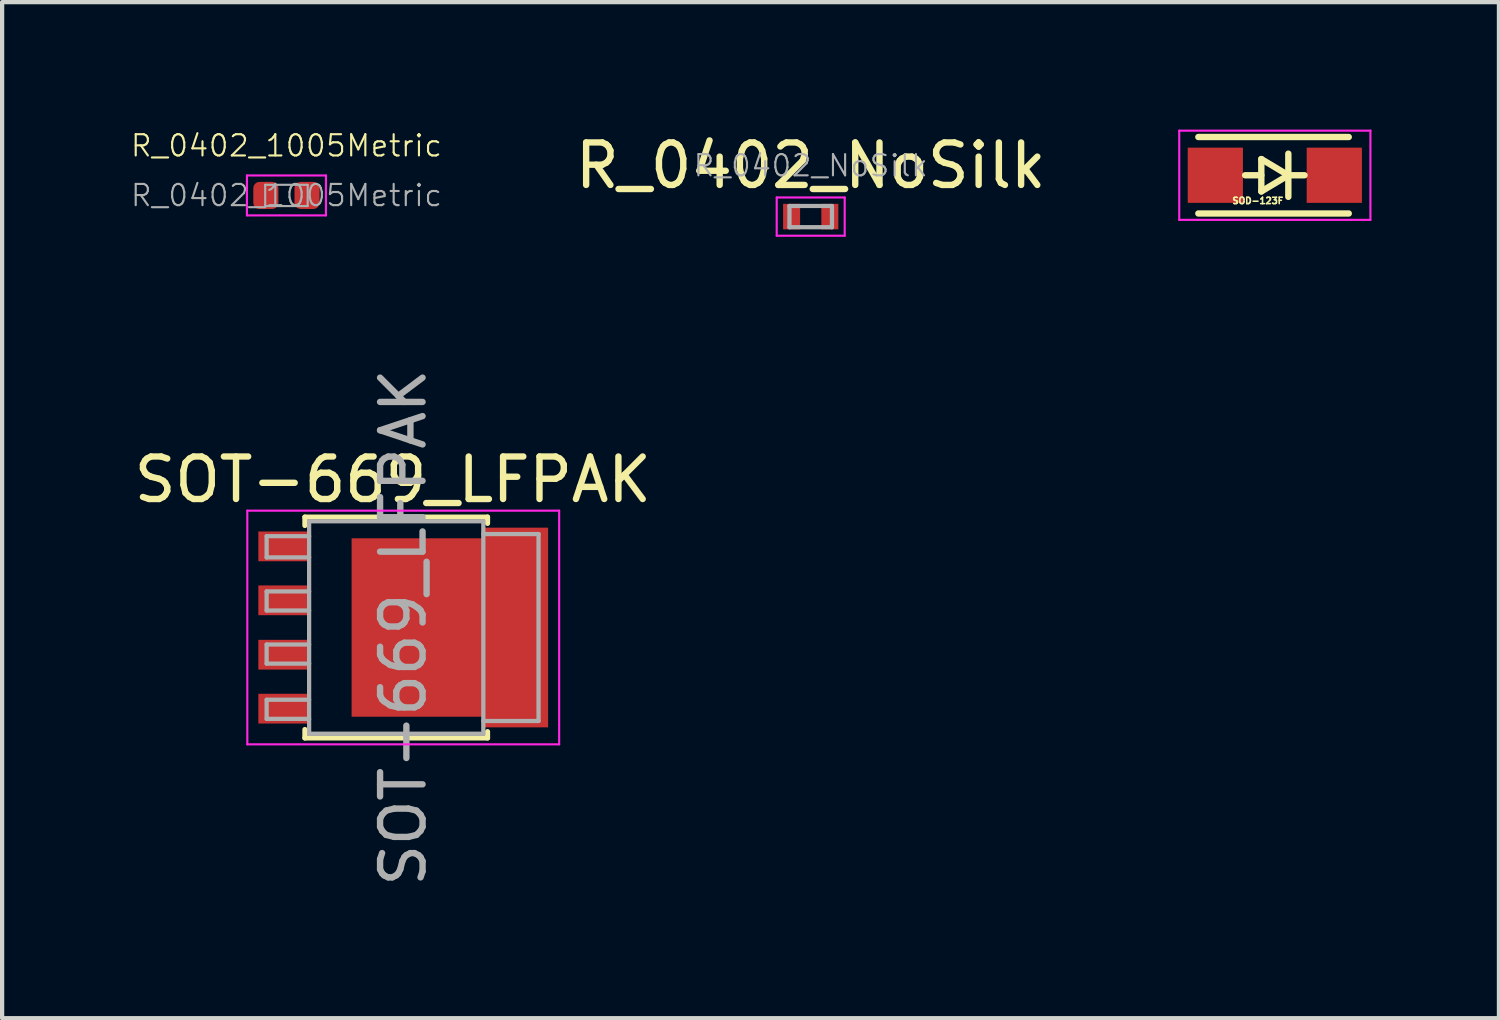
<source format=kicad_pcb>
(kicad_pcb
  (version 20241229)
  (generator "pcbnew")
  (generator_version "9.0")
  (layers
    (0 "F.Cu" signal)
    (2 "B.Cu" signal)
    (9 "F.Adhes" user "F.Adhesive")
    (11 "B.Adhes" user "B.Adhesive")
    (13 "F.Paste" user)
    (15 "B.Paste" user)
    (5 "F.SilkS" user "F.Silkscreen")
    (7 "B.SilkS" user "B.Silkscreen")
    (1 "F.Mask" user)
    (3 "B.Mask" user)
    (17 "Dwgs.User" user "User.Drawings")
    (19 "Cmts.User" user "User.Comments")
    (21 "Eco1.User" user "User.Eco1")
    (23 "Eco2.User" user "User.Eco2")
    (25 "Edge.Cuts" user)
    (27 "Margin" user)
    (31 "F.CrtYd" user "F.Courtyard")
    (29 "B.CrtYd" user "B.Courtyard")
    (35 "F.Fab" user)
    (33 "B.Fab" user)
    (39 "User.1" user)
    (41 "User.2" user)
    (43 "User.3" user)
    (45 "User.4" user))
  (footprint "R_0402_NoSilk"
    (layer "F.Cu")
    (at 16.032 2.048)
    (property "Reference" "R_0402_NoSilk" (at 0 -1.2 0) (layer "F.SilkS") (effects (font (size 1 1) (thickness 0.15))))
    (attr smd)
    (fp_line (start -0.8 -0.45) (end -0.8 0.45) (stroke (width 0.05) (type solid)) (layer "F.CrtYd"))
    (fp_line (start -0.8 -0.45) (end 0.8 -0.45) (stroke (width 0.05) (type solid)) (layer "F.CrtYd"))
    (fp_line (start 0.8 0.45) (end -0.8 0.45) (stroke (width 0.05) (type solid)) (layer "F.CrtYd"))
    (fp_line (start 0.8 0.45) (end 0.8 -0.45) (stroke (width 0.05) (type solid)) (layer "F.CrtYd"))
    (fp_line (start -0.5 -0.25) (end 0.5 -0.25) (stroke (width 0.1) (type solid)) (layer "F.Fab"))
    (fp_line (start -0.5 0.25) (end -0.5 -0.25) (stroke (width 0.1) (type solid)) (layer "F.Fab"))
    (fp_line (start 0.5 -0.25) (end 0.5 0.25) (stroke (width 0.1) (type solid)) (layer "F.Fab"))
    (fp_line (start 0.5 0.25) (end -0.5 0.25) (stroke (width 0.1) (type solid)) (layer "F.Fab"))
    (fp_text user "${REFERENCE}" (at 0 -1.2 0) (layer "F.Fab") (effects (font (size 0.5 0.5) (thickness 0.05))))
    (pad "1" smd rect (at -0.45 0) (size 0.4 0.6) (layers "F.Cu" "F.Mask" "F.Paste"))
    (pad "2" smd rect (at 0.45 0) (size 0.4 0.6) (layers "F.Cu" "F.Mask" "F.Paste")))
  (footprint "SOD-123F"
    (layer "F.Cu")
    (at 26.956 1.075)
    (property "Reference" "SOD-123F" (at -0.4 0.6 180) (layer "F.SilkS") (effects (font (size 0.15 0.15) (thickness 0.037))))
    (attr smd)
    (fp_line (start -1.8 -0.9) (end 1.74 -0.9) (stroke (width 0.15) (type solid)) (layer "F.SilkS"))
    (fp_line (start -1.8 0.9) (end 1.74 0.9) (stroke (width 0.15) (type solid)) (layer "F.SilkS"))
    (fp_line (start -0.318 -0.381) (end 0.318 0) (stroke (width 0.15) (type solid)) (layer "F.SilkS"))
    (fp_line (start -0.318 0) (end -0.699 0) (stroke (width 0.15) (type solid)) (layer "F.SilkS"))
    (fp_line (start -0.318 0.381) (end -0.318 -0.381) (stroke (width 0.15) (type solid)) (layer "F.SilkS"))
    (fp_line (start 0.318 0) (end -0.318 0.381) (stroke (width 0.15) (type solid)) (layer "F.SilkS"))
    (fp_line (start 0.318 0.508) (end 0.318 -0.508) (stroke (width 0.15) (type solid)) (layer "F.SilkS"))
    (fp_line (start 0.699 0) (end 0.318 0) (stroke (width 0.15) (type solid)) (layer "F.SilkS"))
    (fp_line (start -2.25 -1.05) (end -2.25 1.05) (stroke (width 0.05) (type solid)) (layer "F.CrtYd"))
    (fp_line (start -2.25 -1.05) (end 2.25 -1.05) (stroke (width 0.05) (type solid)) (layer "F.CrtYd"))
    (fp_line (start 2.25 -1.05) (end 2.25 1.05) (stroke (width 0.05) (type solid)) (layer "F.CrtYd"))
    (fp_line (start 2.25 1.05) (end -2.25 1.05) (stroke (width 0.05) (type solid)) (layer "F.CrtYd"))
    (pad "1" smd rect (at 1.4 0) (size 1.3 1.3) (layers "F.Cu" "F.Mask" "F.Paste"))
    (pad "2" smd rect (at -1.4 0) (size 1.3 1.3) (layers "F.Cu" "F.Mask" "F.Paste")))
  (footprint "SOT-669_LFPAK"
    (layer "F.Cu")
    (at 6.441 11.72)
    (property "Reference" "SOT-669_LFPAK" (at -0.245 -3.48 0) (layer "F.SilkS") (effects (font (size 1 1) (thickness 0.15))))
    (attr smd)
    (fp_line (start -2.315 -2.6) (end -2.315 -2.4) (stroke (width 0.12) (type solid)) (layer "F.SilkS"))
    (fp_line (start -2.315 2.4) (end -2.315 2.6) (stroke (width 0.12) (type solid)) (layer "F.SilkS"))
    (fp_line (start -2.315 2.6) (end 1.985 2.6) (stroke (width 0.12) (type solid)) (layer "F.SilkS"))
    (fp_line (start 1.985 -2.6) (end -2.315 -2.6) (stroke (width 0.12) (type solid)) (layer "F.SilkS"))
    (fp_line (start 1.985 -2.45) (end 1.985 -2.6) (stroke (width 0.12) (type solid)) (layer "F.SilkS"))
    (fp_line (start 1.985 2.6) (end 1.985 2.45) (stroke (width 0.12) (type solid)) (layer "F.SilkS"))
    (fp_line (start -3.67 2.75) (end -3.67 -2.75) (stroke (width 0.05) (type solid)) (layer "F.CrtYd"))
    (fp_line (start -3.67 2.75) (end 3.67 2.75) (stroke (width 0.05) (type solid)) (layer "F.CrtYd"))
    (fp_line (start 3.67 -2.75) (end -3.67 -2.75) (stroke (width 0.05) (type solid)) (layer "F.CrtYd"))
    (fp_line (start 3.67 -2.75) (end 3.67 2.75) (stroke (width 0.05) (type solid)) (layer "F.CrtYd"))
    (fp_line (start -3.215 -2.15) (end -3.215 -1.65) (stroke (width 0.1) (type solid)) (layer "F.Fab"))
    (fp_line (start -3.215 -2.15) (end -2.215 -2.15) (stroke (width 0.1) (type solid)) (layer "F.Fab"))
    (fp_line (start -3.215 -1.65) (end -2.215 -1.65) (stroke (width 0.1) (type solid)) (layer "F.Fab"))
    (fp_line (start -3.215 -0.85) (end -3.215 -0.4) (stroke (width 0.1) (type solid)) (layer "F.Fab"))
    (fp_line (start -3.215 -0.4) (end -2.215 -0.4) (stroke (width 0.1) (type solid)) (layer "F.Fab"))
    (fp_line (start -3.215 0.4) (end -3.215 0.85) (stroke (width 0.1) (type solid)) (layer "F.Fab"))
    (fp_line (start -3.215 0.85) (end -2.215 0.85) (stroke (width 0.1) (type solid)) (layer "F.Fab"))
    (fp_line (start -3.215 1.7) (end -3.215 2.15) (stroke (width 0.1) (type solid)) (layer "F.Fab"))
    (fp_line (start -3.215 2.15) (end -2.215 2.15) (stroke (width 0.1) (type solid)) (layer "F.Fab"))
    (fp_line (start -2.215 -2.5) (end -2.215 2.5) (stroke (width 0.1) (type solid)) (layer "F.Fab"))
    (fp_line (start -2.215 -0.85) (end -3.215 -0.85) (stroke (width 0.1) (type solid)) (layer "F.Fab"))
    (fp_line (start -2.215 0.4) (end -3.215 0.4) (stroke (width 0.1) (type solid)) (layer "F.Fab"))
    (fp_line (start -2.215 1.7) (end -3.215 1.7) (stroke (width 0.1) (type solid)) (layer "F.Fab"))
    (fp_line (start -2.215 2.5) (end 1.885 2.5) (stroke (width 0.1) (type solid)) (layer "F.Fab"))
    (fp_line (start 1.885 -2.5) (end -2.215 -2.5) (stroke (width 0.1) (type solid)) (layer "F.Fab"))
    (fp_line (start 1.885 2.5) (end 1.885 -2.5) (stroke (width 0.1) (type solid)) (layer "F.Fab"))
    (fp_line (start 3.185 -2.2) (end 1.885 -2.2) (stroke (width 0.1) (type solid)) (layer "F.Fab"))
    (fp_line (start 3.185 -2.2) (end 3.185 2.2) (stroke (width 0.1) (type solid)) (layer "F.Fab"))
    (fp_line (start 3.185 2.2) (end 1.885 2.2) (stroke (width 0.1) (type solid)) (layer "F.Fab"))
    (fp_text user "${REFERENCE}" (at 0 0 90) (layer "F.Fab") (effects (font (size 1 1) (thickness 0.15))))
    (pad "1" smd rect (at -2.835 -1.91 270) (size 0.7 1.15) (layers "F.Cu" "F.Mask" "F.Paste"))
    (pad "2" smd rect (at -2.835 -0.64 270) (size 0.7 1.15) (layers "F.Cu" "F.Mask" "F.Paste"))
    (pad "3" smd rect (at -2.835 0.64 270) (size 0.7 1.15) (layers "F.Cu" "F.Mask" "F.Paste"))
    (pad "4" smd rect (at -2.835 1.91 270) (size 0.7 1.15) (layers "F.Cu" "F.Mask" "F.Paste"))
    (pad "5" smd rect (at -0.665 -1.15) (size 0.6 0.9) (layers "F.Cu" "F.Mask" "F.Paste"))
    (pad "5" smd rect (at -0.665 0) (size 0.6 0.9) (layers "F.Cu" "F.Mask" "F.Paste"))
    (pad "5" smd rect (at -0.665 1.15) (size 0.6 0.9) (layers "F.Cu" "F.Mask" "F.Paste"))
    (pad "5" smd rect (at 0.185 -1.15) (size 0.6 0.9) (layers "F.Cu" "F.Mask" "F.Paste"))
    (pad "5" smd rect (at 0.185 0) (size 0.6 0.9) (layers "F.Cu" "F.Mask" "F.Paste"))
    (pad "5" smd rect (at 0.185 1.15) (size 0.6 0.9) (layers "F.Cu" "F.Mask" "F.Paste"))
    (pad "5" smd rect (at 0.435 0 270) (size 4.2 3.3) (layers "F.Cu" "F.Mask"))
    (pad "5" smd rect (at 1.035 -1.15) (size 0.6 0.9) (layers "F.Cu" "F.Mask" "F.Paste"))
    (pad "5" smd rect (at 1.035 0) (size 0.6 0.9) (layers "F.Cu" "F.Mask" "F.Paste"))
    (pad "5" smd rect (at 1.035 1.15) (size 0.6 0.9) (layers "F.Cu" "F.Mask" "F.Paste"))
    (pad "5" smd rect (at 2.635 0 270) (size 4.7 1.55) (layers "F.Cu" "F.Mask"))
    (pad "5" smd rect (at 2.885 -1.88 270) (size 0.6 0.9) (layers "F.Cu" "F.Mask" "F.Paste"))
    (pad "5" smd rect (at 2.885 -0.6 270) (size 0.6 0.9) (layers "F.Cu" "F.Mask" "F.Paste"))
    (pad "5" smd rect (at 2.885 0.6 270) (size 0.6 0.9) (layers "F.Cu" "F.Mask" "F.Paste"))
    (pad "5" smd rect (at 2.885 1.88 270) (size 0.6 0.9) (layers "F.Cu" "F.Mask" "F.Paste")))
  (footprint "R_0402_1005Metric"
    (layer "F.Cu")
    (at 3.692 1.55)
    (property "Reference" "R_0402_1005Metric" (at 0 -1.17 0) (layer "F.SilkS") (effects (font (size 0.5 0.5) (thickness 0.05))))
    (attr smd)
    (fp_line (start -0.93 -0.47) (end 0.93 -0.47) (stroke (width 0.05) (type solid)) (layer "F.CrtYd"))
    (fp_line (start -0.93 0.47) (end -0.93 -0.47) (stroke (width 0.05) (type solid)) (layer "F.CrtYd"))
    (fp_line (start 0.93 -0.47) (end 0.93 0.47) (stroke (width 0.05) (type solid)) (layer "F.CrtYd"))
    (fp_line (start 0.93 0.47) (end -0.93 0.47) (stroke (width 0.05) (type solid)) (layer "F.CrtYd"))
    (fp_line (start -0.5 -0.25) (end 0.5 -0.25) (stroke (width 0.05) (type solid)) (layer "F.Fab"))
    (fp_line (start -0.5 0.25) (end -0.5 -0.25) (stroke (width 0.05) (type solid)) (layer "F.Fab"))
    (fp_line (start 0.5 -0.25) (end 0.5 0.25) (stroke (width 0.05) (type solid)) (layer "F.Fab"))
    (fp_line (start 0.5 0.25) (end -0.5 0.25) (stroke (width 0.05) (type solid)) (layer "F.Fab"))
    (fp_text user "${REFERENCE}" (at 0 0 0) (layer "F.Fab") (effects (font (size 0.5 0.5) (thickness 0.05))))
    (pad "1" smd roundrect (at -0.485 0) (size 0.59 0.64) (layers "F.Cu" "F.Mask" "F.Paste") (roundrect_rratio 0.25))
    (pad "2" smd roundrect (at 0.485 0) (size 0.59 0.64) (layers "F.Cu" "F.Mask" "F.Paste") (roundrect_rratio 0.25)))
  (gr_rect
    (start -3 -3)
    (end 32.231 20.916)
    (stroke (width 0.1) (type default))
    (fill no)
    (layer "Edge.Cuts")))
</source>
